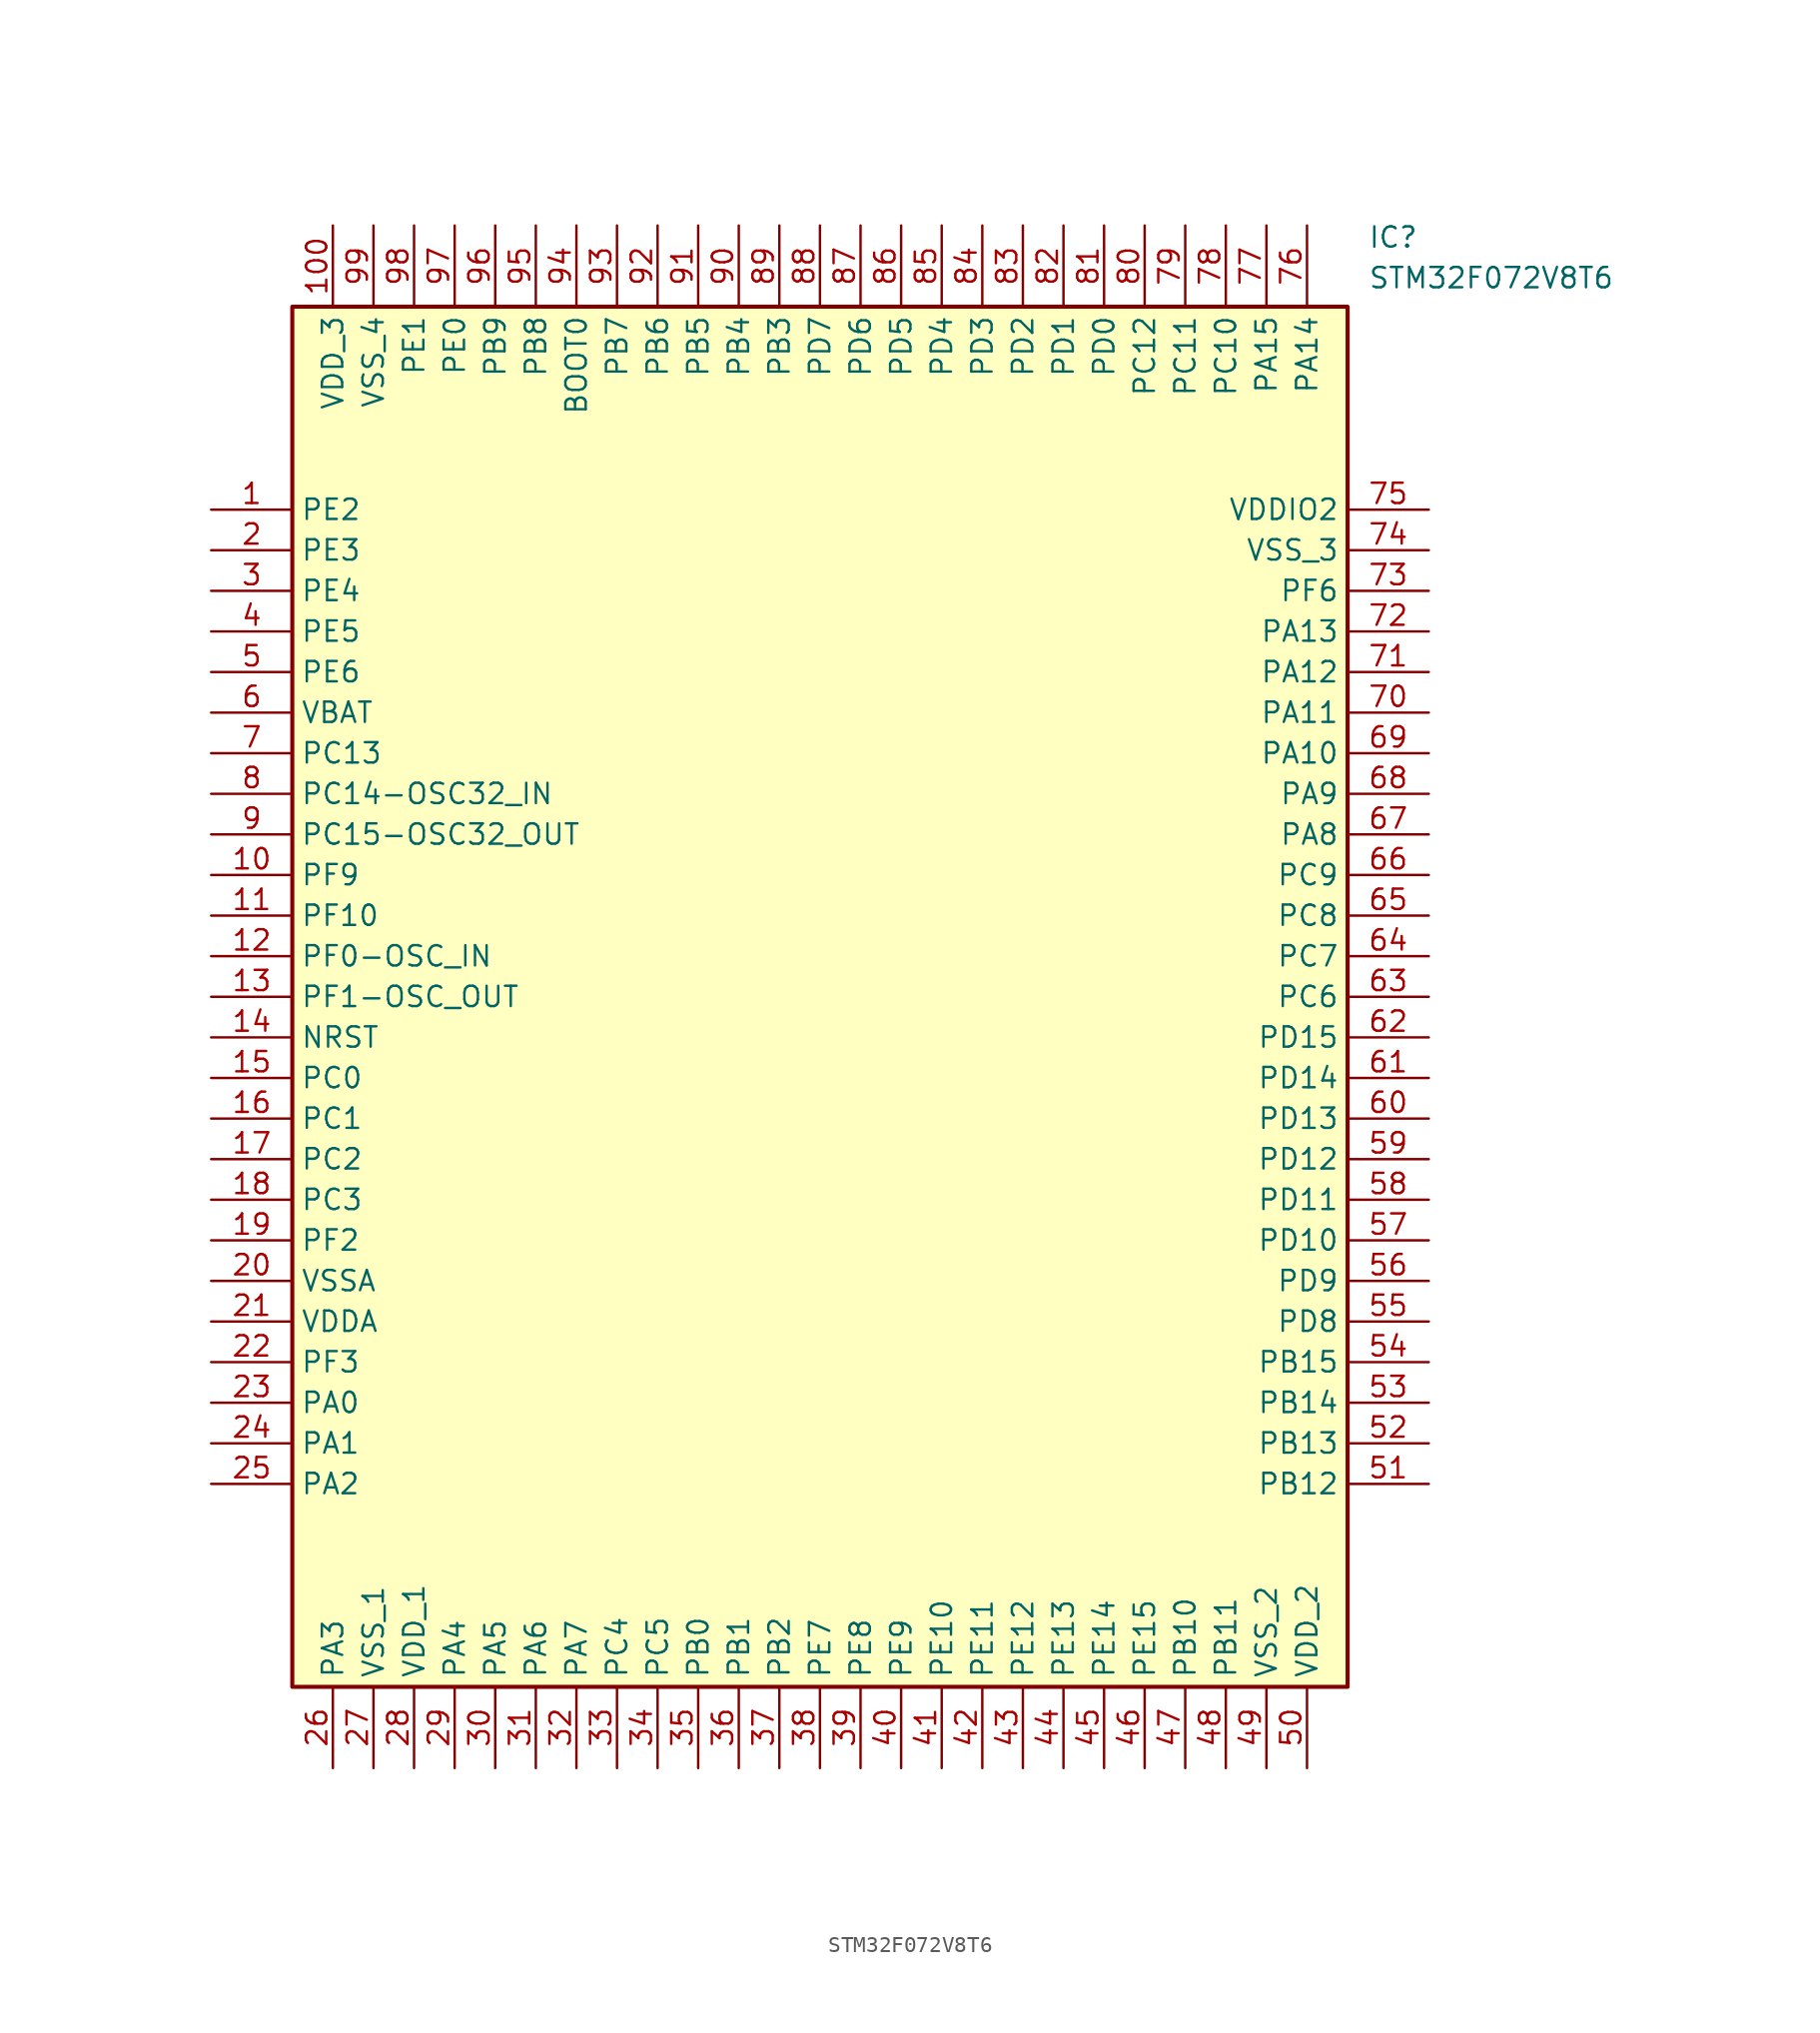
<source format=kicad_sym>
(kicad_symbol_lib
  (version 20211014)
  (generator SamacSys_ECAD_Model)
  (symbol "STM32F072V8T6"
    (property "Reference" "IC"
      (at 72.39 17.78 0)
      (effects (font (size 1.27 1.27)) (justify left top)))
    (property "Value" "STM32F072V8T6"
      (at 72.39 15.24 0)
      (effects (font (size 1.27 1.27)) (justify left top)))
    (rectangle
      (start 5.08 12.7)
      (end 71.12 -73.66)
      (stroke (width 0.254) (type default))
      (fill (type background)))
    (pin passive line
      (at 0 0 0)
      (length 5.08)
      (name "PE2" (effects (font (size 1.27 1.27))))
      (number "1" (effects (font (size 1.27 1.27)))))
    (pin passive line
      (at 0 -2.54 0)
      (length 5.08)
      (name "PE3" (effects (font (size 1.27 1.27))))
      (number "2" (effects (font (size 1.27 1.27)))))
    (pin passive line
      (at 0 -5.08 0)
      (length 5.08)
      (name "PE4" (effects (font (size 1.27 1.27))))
      (number "3" (effects (font (size 1.27 1.27)))))
    (pin passive line
      (at 0 -7.62 0)
      (length 5.08)
      (name "PE5" (effects (font (size 1.27 1.27))))
      (number "4" (effects (font (size 1.27 1.27)))))
    (pin passive line
      (at 0 -10.16 0)
      (length 5.08)
      (name "PE6" (effects (font (size 1.27 1.27))))
      (number "5" (effects (font (size 1.27 1.27)))))
    (pin passive line
      (at 0 -12.7 0)
      (length 5.08)
      (name "VBAT" (effects (font (size 1.27 1.27))))
      (number "6" (effects (font (size 1.27 1.27)))))
    (pin passive line
      (at 0 -15.24 0)
      (length 5.08)
      (name "PC13" (effects (font (size 1.27 1.27))))
      (number "7" (effects (font (size 1.27 1.27)))))
    (pin passive line
      (at 0 -17.78 0)
      (length 5.08)
      (name "PC14-OSC32_IN" (effects (font (size 1.27 1.27))))
      (number "8" (effects (font (size 1.27 1.27)))))
    (pin passive line
      (at 0 -20.32 0)
      (length 5.08)
      (name "PC15-OSC32_OUT" (effects (font (size 1.27 1.27))))
      (number "9" (effects (font (size 1.27 1.27)))))
    (pin passive line
      (at 0 -22.86 0)
      (length 5.08)
      (name "PF9" (effects (font (size 1.27 1.27))))
      (number "10" (effects (font (size 1.27 1.27)))))
    (pin passive line
      (at 0 -25.4 0)
      (length 5.08)
      (name "PF10" (effects (font (size 1.27 1.27))))
      (number "11" (effects (font (size 1.27 1.27)))))
    (pin passive line
      (at 0 -27.94 0)
      (length 5.08)
      (name "PF0-OSC_IN" (effects (font (size 1.27 1.27))))
      (number "12" (effects (font (size 1.27 1.27)))))
    (pin passive line
      (at 0 -30.48 0)
      (length 5.08)
      (name "PF1-OSC_OUT" (effects (font (size 1.27 1.27))))
      (number "13" (effects (font (size 1.27 1.27)))))
    (pin passive line
      (at 0 -33.02 0)
      (length 5.08)
      (name "NRST" (effects (font (size 1.27 1.27))))
      (number "14" (effects (font (size 1.27 1.27)))))
    (pin passive line
      (at 0 -35.56 0)
      (length 5.08)
      (name "PC0" (effects (font (size 1.27 1.27))))
      (number "15" (effects (font (size 1.27 1.27)))))
    (pin passive line
      (at 0 -38.1 0)
      (length 5.08)
      (name "PC1" (effects (font (size 1.27 1.27))))
      (number "16" (effects (font (size 1.27 1.27)))))
    (pin passive line
      (at 0 -40.64 0)
      (length 5.08)
      (name "PC2" (effects (font (size 1.27 1.27))))
      (number "17" (effects (font (size 1.27 1.27)))))
    (pin passive line
      (at 0 -43.18 0)
      (length 5.08)
      (name "PC3" (effects (font (size 1.27 1.27))))
      (number "18" (effects (font (size 1.27 1.27)))))
    (pin passive line
      (at 0 -45.72 0)
      (length 5.08)
      (name "PF2" (effects (font (size 1.27 1.27))))
      (number "19" (effects (font (size 1.27 1.27)))))
    (pin passive line
      (at 0 -48.26 0)
      (length 5.08)
      (name "VSSA" (effects (font (size 1.27 1.27))))
      (number "20" (effects (font (size 1.27 1.27)))))
    (pin passive line
      (at 0 -50.8 0)
      (length 5.08)
      (name "VDDA" (effects (font (size 1.27 1.27))))
      (number "21" (effects (font (size 1.27 1.27)))))
    (pin passive line
      (at 0 -53.34 0)
      (length 5.08)
      (name "PF3" (effects (font (size 1.27 1.27))))
      (number "22" (effects (font (size 1.27 1.27)))))
    (pin passive line
      (at 0 -55.88 0)
      (length 5.08)
      (name "PA0" (effects (font (size 1.27 1.27))))
      (number "23" (effects (font (size 1.27 1.27)))))
    (pin passive line
      (at 0 -58.42 0)
      (length 5.08)
      (name "PA1" (effects (font (size 1.27 1.27))))
      (number "24" (effects (font (size 1.27 1.27)))))
    (pin passive line
      (at 0 -60.96 0)
      (length 5.08)
      (name "PA2" (effects (font (size 1.27 1.27))))
      (number "25" (effects (font (size 1.27 1.27)))))
    (pin passive line
      (at 7.62 -78.74 90)
      (length 5.08)
      (name "PA3" (effects (font (size 1.27 1.27))))
      (number "26" (effects (font (size 1.27 1.27)))))
    (pin passive line
      (at 10.16 -78.74 90)
      (length 5.08)
      (name "VSS_1" (effects (font (size 1.27 1.27))))
      (number "27" (effects (font (size 1.27 1.27)))))
    (pin passive line
      (at 12.7 -78.74 90)
      (length 5.08)
      (name "VDD_1" (effects (font (size 1.27 1.27))))
      (number "28" (effects (font (size 1.27 1.27)))))
    (pin passive line
      (at 15.24 -78.74 90)
      (length 5.08)
      (name "PA4" (effects (font (size 1.27 1.27))))
      (number "29" (effects (font (size 1.27 1.27)))))
    (pin passive line
      (at 17.78 -78.74 90)
      (length 5.08)
      (name "PA5" (effects (font (size 1.27 1.27))))
      (number "30" (effects (font (size 1.27 1.27)))))
    (pin passive line
      (at 20.32 -78.74 90)
      (length 5.08)
      (name "PA6" (effects (font (size 1.27 1.27))))
      (number "31" (effects (font (size 1.27 1.27)))))
    (pin passive line
      (at 22.86 -78.74 90)
      (length 5.08)
      (name "PA7" (effects (font (size 1.27 1.27))))
      (number "32" (effects (font (size 1.27 1.27)))))
    (pin passive line
      (at 25.4 -78.74 90)
      (length 5.08)
      (name "PC4" (effects (font (size 1.27 1.27))))
      (number "33" (effects (font (size 1.27 1.27)))))
    (pin passive line
      (at 27.94 -78.74 90)
      (length 5.08)
      (name "PC5" (effects (font (size 1.27 1.27))))
      (number "34" (effects (font (size 1.27 1.27)))))
    (pin passive line
      (at 30.48 -78.74 90)
      (length 5.08)
      (name "PB0" (effects (font (size 1.27 1.27))))
      (number "35" (effects (font (size 1.27 1.27)))))
    (pin passive line
      (at 33.02 -78.74 90)
      (length 5.08)
      (name "PB1" (effects (font (size 1.27 1.27))))
      (number "36" (effects (font (size 1.27 1.27)))))
    (pin passive line
      (at 35.56 -78.74 90)
      (length 5.08)
      (name "PB2" (effects (font (size 1.27 1.27))))
      (number "37" (effects (font (size 1.27 1.27)))))
    (pin passive line
      (at 38.1 -78.74 90)
      (length 5.08)
      (name "PE7" (effects (font (size 1.27 1.27))))
      (number "38" (effects (font (size 1.27 1.27)))))
    (pin passive line
      (at 40.64 -78.74 90)
      (length 5.08)
      (name "PE8" (effects (font (size 1.27 1.27))))
      (number "39" (effects (font (size 1.27 1.27)))))
    (pin passive line
      (at 43.18 -78.74 90)
      (length 5.08)
      (name "PE9" (effects (font (size 1.27 1.27))))
      (number "40" (effects (font (size 1.27 1.27)))))
    (pin passive line
      (at 45.72 -78.74 90)
      (length 5.08)
      (name "PE10" (effects (font (size 1.27 1.27))))
      (number "41" (effects (font (size 1.27 1.27)))))
    (pin passive line
      (at 48.26 -78.74 90)
      (length 5.08)
      (name "PE11" (effects (font (size 1.27 1.27))))
      (number "42" (effects (font (size 1.27 1.27)))))
    (pin passive line
      (at 50.8 -78.74 90)
      (length 5.08)
      (name "PE12" (effects (font (size 1.27 1.27))))
      (number "43" (effects (font (size 1.27 1.27)))))
    (pin passive line
      (at 53.34 -78.74 90)
      (length 5.08)
      (name "PE13" (effects (font (size 1.27 1.27))))
      (number "44" (effects (font (size 1.27 1.27)))))
    (pin passive line
      (at 55.88 -78.74 90)
      (length 5.08)
      (name "PE14" (effects (font (size 1.27 1.27))))
      (number "45" (effects (font (size 1.27 1.27)))))
    (pin passive line
      (at 58.42 -78.74 90)
      (length 5.08)
      (name "PE15" (effects (font (size 1.27 1.27))))
      (number "46" (effects (font (size 1.27 1.27)))))
    (pin passive line
      (at 60.96 -78.74 90)
      (length 5.08)
      (name "PB10" (effects (font (size 1.27 1.27))))
      (number "47" (effects (font (size 1.27 1.27)))))
    (pin passive line
      (at 63.5 -78.74 90)
      (length 5.08)
      (name "PB11" (effects (font (size 1.27 1.27))))
      (number "48" (effects (font (size 1.27 1.27)))))
    (pin passive line
      (at 66.04 -78.74 90)
      (length 5.08)
      (name "VSS_2" (effects (font (size 1.27 1.27))))
      (number "49" (effects (font (size 1.27 1.27)))))
    (pin passive line
      (at 68.58 -78.74 90)
      (length 5.08)
      (name "VDD_2" (effects (font (size 1.27 1.27))))
      (number "50" (effects (font (size 1.27 1.27)))))
    (pin passive line
      (at 76.2 0 180)
      (length 5.08)
      (name "VDDIO2" (effects (font (size 1.27 1.27))))
      (number "75" (effects (font (size 1.27 1.27)))))
    (pin passive line
      (at 76.2 -2.54 180)
      (length 5.08)
      (name "VSS_3" (effects (font (size 1.27 1.27))))
      (number "74" (effects (font (size 1.27 1.27)))))
    (pin passive line
      (at 76.2 -5.08 180)
      (length 5.08)
      (name "PF6" (effects (font (size 1.27 1.27))))
      (number "73" (effects (font (size 1.27 1.27)))))
    (pin passive line
      (at 76.2 -7.62 180)
      (length 5.08)
      (name "PA13" (effects (font (size 1.27 1.27))))
      (number "72" (effects (font (size 1.27 1.27)))))
    (pin passive line
      (at 76.2 -10.16 180)
      (length 5.08)
      (name "PA12" (effects (font (size 1.27 1.27))))
      (number "71" (effects (font (size 1.27 1.27)))))
    (pin passive line
      (at 76.2 -12.7 180)
      (length 5.08)
      (name "PA11" (effects (font (size 1.27 1.27))))
      (number "70" (effects (font (size 1.27 1.27)))))
    (pin passive line
      (at 76.2 -15.24 180)
      (length 5.08)
      (name "PA10" (effects (font (size 1.27 1.27))))
      (number "69" (effects (font (size 1.27 1.27)))))
    (pin passive line
      (at 76.2 -17.78 180)
      (length 5.08)
      (name "PA9" (effects (font (size 1.27 1.27))))
      (number "68" (effects (font (size 1.27 1.27)))))
    (pin passive line
      (at 76.2 -20.32 180)
      (length 5.08)
      (name "PA8" (effects (font (size 1.27 1.27))))
      (number "67" (effects (font (size 1.27 1.27)))))
    (pin passive line
      (at 76.2 -22.86 180)
      (length 5.08)
      (name "PC9" (effects (font (size 1.27 1.27))))
      (number "66" (effects (font (size 1.27 1.27)))))
    (pin passive line
      (at 76.2 -25.4 180)
      (length 5.08)
      (name "PC8" (effects (font (size 1.27 1.27))))
      (number "65" (effects (font (size 1.27 1.27)))))
    (pin passive line
      (at 76.2 -27.94 180)
      (length 5.08)
      (name "PC7" (effects (font (size 1.27 1.27))))
      (number "64" (effects (font (size 1.27 1.27)))))
    (pin passive line
      (at 76.2 -30.48 180)
      (length 5.08)
      (name "PC6" (effects (font (size 1.27 1.27))))
      (number "63" (effects (font (size 1.27 1.27)))))
    (pin passive line
      (at 76.2 -33.02 180)
      (length 5.08)
      (name "PD15" (effects (font (size 1.27 1.27))))
      (number "62" (effects (font (size 1.27 1.27)))))
    (pin passive line
      (at 76.2 -35.56 180)
      (length 5.08)
      (name "PD14" (effects (font (size 1.27 1.27))))
      (number "61" (effects (font (size 1.27 1.27)))))
    (pin passive line
      (at 76.2 -38.1 180)
      (length 5.08)
      (name "PD13" (effects (font (size 1.27 1.27))))
      (number "60" (effects (font (size 1.27 1.27)))))
    (pin passive line
      (at 76.2 -40.64 180)
      (length 5.08)
      (name "PD12" (effects (font (size 1.27 1.27))))
      (number "59" (effects (font (size 1.27 1.27)))))
    (pin passive line
      (at 76.2 -43.18 180)
      (length 5.08)
      (name "PD11" (effects (font (size 1.27 1.27))))
      (number "58" (effects (font (size 1.27 1.27)))))
    (pin passive line
      (at 76.2 -45.72 180)
      (length 5.08)
      (name "PD10" (effects (font (size 1.27 1.27))))
      (number "57" (effects (font (size 1.27 1.27)))))
    (pin passive line
      (at 76.2 -48.26 180)
      (length 5.08)
      (name "PD9" (effects (font (size 1.27 1.27))))
      (number "56" (effects (font (size 1.27 1.27)))))
    (pin passive line
      (at 76.2 -50.8 180)
      (length 5.08)
      (name "PD8" (effects (font (size 1.27 1.27))))
      (number "55" (effects (font (size 1.27 1.27)))))
    (pin passive line
      (at 76.2 -53.34 180)
      (length 5.08)
      (name "PB15" (effects (font (size 1.27 1.27))))
      (number "54" (effects (font (size 1.27 1.27)))))
    (pin passive line
      (at 76.2 -55.88 180)
      (length 5.08)
      (name "PB14" (effects (font (size 1.27 1.27))))
      (number "53" (effects (font (size 1.27 1.27)))))
    (pin passive line
      (at 76.2 -58.42 180)
      (length 5.08)
      (name "PB13" (effects (font (size 1.27 1.27))))
      (number "52" (effects (font (size 1.27 1.27)))))
    (pin passive line
      (at 76.2 -60.96 180)
      (length 5.08)
      (name "PB12" (effects (font (size 1.27 1.27))))
      (number "51" (effects (font (size 1.27 1.27)))))
    (pin passive line
      (at 7.62 17.78 270)
      (length 5.08)
      (name "VDD_3" (effects (font (size 1.27 1.27))))
      (number "100" (effects (font (size 1.27 1.27)))))
    (pin passive line
      (at 10.16 17.78 270)
      (length 5.08)
      (name "VSS_4" (effects (font (size 1.27 1.27))))
      (number "99" (effects (font (size 1.27 1.27)))))
    (pin passive line
      (at 12.7 17.78 270)
      (length 5.08)
      (name "PE1" (effects (font (size 1.27 1.27))))
      (number "98" (effects (font (size 1.27 1.27)))))
    (pin passive line
      (at 15.24 17.78 270)
      (length 5.08)
      (name "PE0" (effects (font (size 1.27 1.27))))
      (number "97" (effects (font (size 1.27 1.27)))))
    (pin passive line
      (at 17.78 17.78 270)
      (length 5.08)
      (name "PB9" (effects (font (size 1.27 1.27))))
      (number "96" (effects (font (size 1.27 1.27)))))
    (pin passive line
      (at 20.32 17.78 270)
      (length 5.08)
      (name "PB8" (effects (font (size 1.27 1.27))))
      (number "95" (effects (font (size 1.27 1.27)))))
    (pin passive line
      (at 22.86 17.78 270)
      (length 5.08)
      (name "BOOT0" (effects (font (size 1.27 1.27))))
      (number "94" (effects (font (size 1.27 1.27)))))
    (pin passive line
      (at 25.4 17.78 270)
      (length 5.08)
      (name "PB7" (effects (font (size 1.27 1.27))))
      (number "93" (effects (font (size 1.27 1.27)))))
    (pin passive line
      (at 27.94 17.78 270)
      (length 5.08)
      (name "PB6" (effects (font (size 1.27 1.27))))
      (number "92" (effects (font (size 1.27 1.27)))))
    (pin passive line
      (at 30.48 17.78 270)
      (length 5.08)
      (name "PB5" (effects (font (size 1.27 1.27))))
      (number "91" (effects (font (size 1.27 1.27)))))
    (pin passive line
      (at 33.02 17.78 270)
      (length 5.08)
      (name "PB4" (effects (font (size 1.27 1.27))))
      (number "90" (effects (font (size 1.27 1.27)))))
    (pin passive line
      (at 35.56 17.78 270)
      (length 5.08)
      (name "PB3" (effects (font (size 1.27 1.27))))
      (number "89" (effects (font (size 1.27 1.27)))))
    (pin passive line
      (at 38.1 17.78 270)
      (length 5.08)
      (name "PD7" (effects (font (size 1.27 1.27))))
      (number "88" (effects (font (size 1.27 1.27)))))
    (pin passive line
      (at 40.64 17.78 270)
      (length 5.08)
      (name "PD6" (effects (font (size 1.27 1.27))))
      (number "87" (effects (font (size 1.27 1.27)))))
    (pin passive line
      (at 43.18 17.78 270)
      (length 5.08)
      (name "PD5" (effects (font (size 1.27 1.27))))
      (number "86" (effects (font (size 1.27 1.27)))))
    (pin passive line
      (at 45.72 17.78 270)
      (length 5.08)
      (name "PD4" (effects (font (size 1.27 1.27))))
      (number "85" (effects (font (size 1.27 1.27)))))
    (pin passive line
      (at 48.26 17.78 270)
      (length 5.08)
      (name "PD3" (effects (font (size 1.27 1.27))))
      (number "84" (effects (font (size 1.27 1.27)))))
    (pin passive line
      (at 50.8 17.78 270)
      (length 5.08)
      (name "PD2" (effects (font (size 1.27 1.27))))
      (number "83" (effects (font (size 1.27 1.27)))))
    (pin passive line
      (at 53.34 17.78 270)
      (length 5.08)
      (name "PD1" (effects (font (size 1.27 1.27))))
      (number "82" (effects (font (size 1.27 1.27)))))
    (pin passive line
      (at 55.88 17.78 270)
      (length 5.08)
      (name "PD0" (effects (font (size 1.27 1.27))))
      (number "81" (effects (font (size 1.27 1.27)))))
    (pin passive line
      (at 58.42 17.78 270)
      (length 5.08)
      (name "PC12" (effects (font (size 1.27 1.27))))
      (number "80" (effects (font (size 1.27 1.27)))))
    (pin passive line
      (at 60.96 17.78 270)
      (length 5.08)
      (name "PC11" (effects (font (size 1.27 1.27))))
      (number "79" (effects (font (size 1.27 1.27)))))
    (pin passive line
      (at 63.5 17.78 270)
      (length 5.08)
      (name "PC10" (effects (font (size 1.27 1.27))))
      (number "78" (effects (font (size 1.27 1.27)))))
    (pin passive line
      (at 66.04 17.78 270)
      (length 5.08)
      (name "PA15" (effects (font (size 1.27 1.27))))
      (number "77" (effects (font (size 1.27 1.27)))))
    (pin passive line
      (at 68.58 17.78 270)
      (length 5.08)
      (name "PA14" (effects (font (size 1.27 1.27))))
      (number "76" (effects (font (size 1.27 1.27)))))))
</source>
